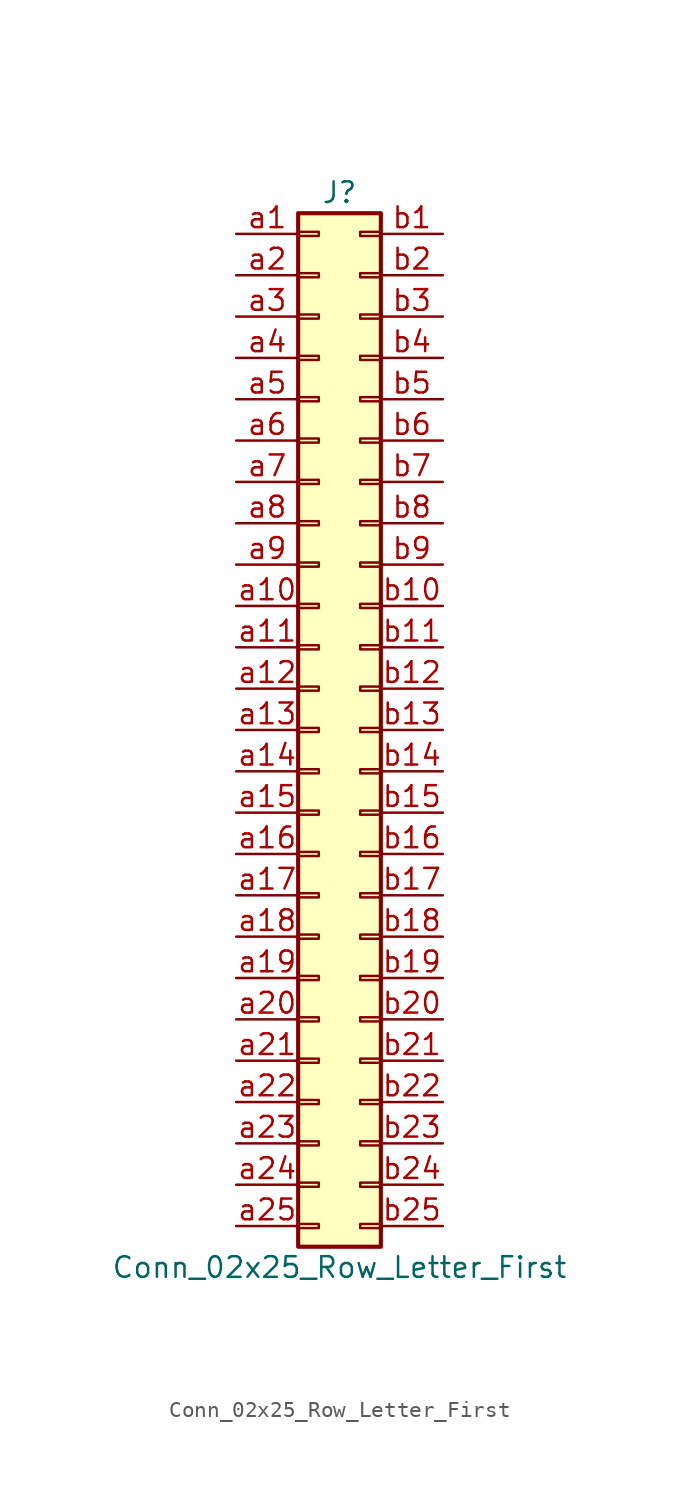
<source format=kicad_sym>
(kicad_symbol_lib
  (version 20220914)
  (generator kicad_symbol_editor)
  (symbol "Conn_02x25_Row_Letter_First"
    (pin_names
      (offset 1.016) hide)
    (property "Reference" "J"
      (at 1.27 33.02 0)
      (effects (font (size 1.27 1.27))))
    (property "Value" "Conn_02x25_Row_Letter_First"
      (at 1.27 -33.02 0)
      (effects (font (size 1.27 1.27))))
    (symbol "Conn_02x25_Row_Letter_First_1_1"
      (rectangle (start -1.27 -30.353) (end 0 -30.607) (stroke (width 0.152) (type solid)) (fill (type none)))
      (rectangle (start -1.27 -27.813) (end 0 -28.067) (stroke (width 0.152) (type solid)) (fill (type none)))
      (rectangle (start -1.27 -25.273) (end 0 -25.527) (stroke (width 0.152) (type solid)) (fill (type none)))
      (rectangle (start -1.27 -22.733) (end 0 -22.987) (stroke (width 0.152) (type solid)) (fill (type none)))
      (rectangle (start -1.27 -20.193) (end 0 -20.447) (stroke (width 0.152) (type solid)) (fill (type none)))
      (rectangle (start -1.27 -17.653) (end 0 -17.907) (stroke (width 0.152) (type solid)) (fill (type none)))
      (rectangle (start -1.27 -15.113) (end 0 -15.367) (stroke (width 0.152) (type solid)) (fill (type none)))
      (rectangle (start -1.27 -12.573) (end 0 -12.827) (stroke (width 0.152) (type solid)) (fill (type none)))
      (rectangle (start -1.27 -10.033) (end 0 -10.287) (stroke (width 0.152) (type solid)) (fill (type none)))
      (rectangle (start -1.27 -7.493) (end 0 -7.747) (stroke (width 0.152) (type solid)) (fill (type none)))
      (rectangle (start -1.27 -4.953) (end 0 -5.207) (stroke (width 0.152) (type solid)) (fill (type none)))
      (rectangle (start -1.27 -2.413) (end 0 -2.667) (stroke (width 0.152) (type solid)) (fill (type none)))
      (rectangle (start -1.27 0.127) (end 0 -0.127) (stroke (width 0.152) (type solid)) (fill (type none)))
      (rectangle (start -1.27 2.667) (end 0 2.413) (stroke (width 0.152) (type solid)) (fill (type none)))
      (rectangle (start -1.27 5.207) (end 0 4.953) (stroke (width 0.152) (type solid)) (fill (type none)))
      (rectangle (start -1.27 7.747) (end 0 7.493) (stroke (width 0.152) (type solid)) (fill (type none)))
      (rectangle (start -1.27 10.287) (end 0 10.033) (stroke (width 0.152) (type solid)) (fill (type none)))
      (rectangle (start -1.27 12.827) (end 0 12.573) (stroke (width 0.152) (type solid)) (fill (type none)))
      (rectangle (start -1.27 15.367) (end 0 15.113) (stroke (width 0.152) (type solid)) (fill (type none)))
      (rectangle (start -1.27 17.907) (end 0 17.653) (stroke (width 0.152) (type solid)) (fill (type none)))
      (rectangle (start -1.27 20.447) (end 0 20.193) (stroke (width 0.152) (type solid)) (fill (type none)))
      (rectangle (start -1.27 22.987) (end 0 22.733) (stroke (width 0.152) (type solid)) (fill (type none)))
      (rectangle (start -1.27 25.527) (end 0 25.273) (stroke (width 0.152) (type solid)) (fill (type none)))
      (rectangle (start -1.27 28.067) (end 0 27.813) (stroke (width 0.152) (type solid)) (fill (type none)))
      (rectangle (start -1.27 30.607) (end 0 30.353) (stroke (width 0.152) (type solid)) (fill (type none)))
      (rectangle (start -1.27 31.75) (end 3.81 -31.75) (stroke (width 0.254) (type solid)) (fill (type background)))
      (rectangle (start 3.81 -30.353) (end 2.54 -30.607) (stroke (width 0.152) (type solid)) (fill (type none)))
      (rectangle (start 3.81 -27.813) (end 2.54 -28.067) (stroke (width 0.152) (type solid)) (fill (type none)))
      (rectangle (start 3.81 -25.273) (end 2.54 -25.527) (stroke (width 0.152) (type solid)) (fill (type none)))
      (rectangle (start 3.81 -22.733) (end 2.54 -22.987) (stroke (width 0.152) (type solid)) (fill (type none)))
      (rectangle (start 3.81 -20.193) (end 2.54 -20.447) (stroke (width 0.152) (type solid)) (fill (type none)))
      (rectangle (start 3.81 -17.653) (end 2.54 -17.907) (stroke (width 0.152) (type solid)) (fill (type none)))
      (rectangle (start 3.81 -15.113) (end 2.54 -15.367) (stroke (width 0.152) (type solid)) (fill (type none)))
      (rectangle (start 3.81 -12.573) (end 2.54 -12.827) (stroke (width 0.152) (type solid)) (fill (type none)))
      (rectangle (start 3.81 -10.033) (end 2.54 -10.287) (stroke (width 0.152) (type solid)) (fill (type none)))
      (rectangle (start 3.81 -7.493) (end 2.54 -7.747) (stroke (width 0.152) (type solid)) (fill (type none)))
      (rectangle (start 3.81 -4.953) (end 2.54 -5.207) (stroke (width 0.152) (type solid)) (fill (type none)))
      (rectangle (start 3.81 -2.413) (end 2.54 -2.667) (stroke (width 0.152) (type solid)) (fill (type none)))
      (rectangle (start 3.81 0.127) (end 2.54 -0.127) (stroke (width 0.152) (type solid)) (fill (type none)))
      (rectangle (start 3.81 2.667) (end 2.54 2.413) (stroke (width 0.152) (type solid)) (fill (type none)))
      (rectangle (start 3.81 5.207) (end 2.54 4.953) (stroke (width 0.152) (type solid)) (fill (type none)))
      (rectangle (start 3.81 7.747) (end 2.54 7.493) (stroke (width 0.152) (type solid)) (fill (type none)))
      (rectangle (start 3.81 10.287) (end 2.54 10.033) (stroke (width 0.152) (type solid)) (fill (type none)))
      (rectangle (start 3.81 12.827) (end 2.54 12.573) (stroke (width 0.152) (type solid)) (fill (type none)))
      (rectangle (start 3.81 15.367) (end 2.54 15.113) (stroke (width 0.152) (type solid)) (fill (type none)))
      (rectangle (start 3.81 17.907) (end 2.54 17.653) (stroke (width 0.152) (type solid)) (fill (type none)))
      (rectangle (start 3.81 20.447) (end 2.54 20.193) (stroke (width 0.152) (type solid)) (fill (type none)))
      (rectangle (start 3.81 22.987) (end 2.54 22.733) (stroke (width 0.152) (type solid)) (fill (type none)))
      (rectangle (start 3.81 25.527) (end 2.54 25.273) (stroke (width 0.152) (type solid)) (fill (type none)))
      (rectangle (start 3.81 28.067) (end 2.54 27.813) (stroke (width 0.152) (type solid)) (fill (type none)))
      (rectangle (start 3.81 30.607) (end 2.54 30.353) (stroke (width 0.152) (type solid)) (fill (type none)))
      (pin passive line (at -5.08 30.48 0) (length 3.81) (name "Pin_a1" (effects (font (size 1.27 1.27)))) (number "a1" (effects (font (size 1.27 1.27)))))
      (pin passive line (at -5.08 7.62 0) (length 3.81) (name "Pin_a10" (effects (font (size 1.27 1.27)))) (number "a10" (effects (font (size 1.27 1.27)))))
      (pin passive line (at -5.08 5.08 0) (length 3.81) (name "Pin_a11" (effects (font (size 1.27 1.27)))) (number "a11" (effects (font (size 1.27 1.27)))))
      (pin passive line (at -5.08 2.54 0) (length 3.81) (name "Pin_a12" (effects (font (size 1.27 1.27)))) (number "a12" (effects (font (size 1.27 1.27)))))
      (pin passive line (at -5.08 0 0) (length 3.81) (name "Pin_a13" (effects (font (size 1.27 1.27)))) (number "a13" (effects (font (size 1.27 1.27)))))
      (pin passive line (at -5.08 -2.54 0) (length 3.81) (name "Pin_a14" (effects (font (size 1.27 1.27)))) (number "a14" (effects (font (size 1.27 1.27)))))
      (pin passive line (at -5.08 -5.08 0) (length 3.81) (name "Pin_a15" (effects (font (size 1.27 1.27)))) (number "a15" (effects (font (size 1.27 1.27)))))
      (pin passive line (at -5.08 -7.62 0) (length 3.81) (name "Pin_a16" (effects (font (size 1.27 1.27)))) (number "a16" (effects (font (size 1.27 1.27)))))
      (pin passive line (at -5.08 -10.16 0) (length 3.81) (name "Pin_a17" (effects (font (size 1.27 1.27)))) (number "a17" (effects (font (size 1.27 1.27)))))
      (pin passive line (at -5.08 -12.7 0) (length 3.81) (name "Pin_a18" (effects (font (size 1.27 1.27)))) (number "a18" (effects (font (size 1.27 1.27)))))
      (pin passive line (at -5.08 -15.24 0) (length 3.81) (name "Pin_a19" (effects (font (size 1.27 1.27)))) (number "a19" (effects (font (size 1.27 1.27)))))
      (pin passive line (at -5.08 27.94 0) (length 3.81) (name "Pin_a2" (effects (font (size 1.27 1.27)))) (number "a2" (effects (font (size 1.27 1.27)))))
      (pin passive line (at -5.08 -17.78 0) (length 3.81) (name "Pin_a20" (effects (font (size 1.27 1.27)))) (number "a20" (effects (font (size 1.27 1.27)))))
      (pin passive line (at -5.08 -20.32 0) (length 3.81) (name "Pin_a21" (effects (font (size 1.27 1.27)))) (number "a21" (effects (font (size 1.27 1.27)))))
      (pin passive line (at -5.08 -22.86 0) (length 3.81) (name "Pin_a22" (effects (font (size 1.27 1.27)))) (number "a22" (effects (font (size 1.27 1.27)))))
      (pin passive line (at -5.08 -25.4 0) (length 3.81) (name "Pin_a23" (effects (font (size 1.27 1.27)))) (number "a23" (effects (font (size 1.27 1.27)))))
      (pin passive line (at -5.08 -27.94 0) (length 3.81) (name "Pin_a24" (effects (font (size 1.27 1.27)))) (number "a24" (effects (font (size 1.27 1.27)))))
      (pin passive line (at -5.08 -30.48 0) (length 3.81) (name "Pin_a25" (effects (font (size 1.27 1.27)))) (number "a25" (effects (font (size 1.27 1.27)))))
      (pin passive line (at -5.08 25.4 0) (length 3.81) (name "Pin_a3" (effects (font (size 1.27 1.27)))) (number "a3" (effects (font (size 1.27 1.27)))))
      (pin passive line (at -5.08 22.86 0) (length 3.81) (name "Pin_a4" (effects (font (size 1.27 1.27)))) (number "a4" (effects (font (size 1.27 1.27)))))
      (pin passive line (at -5.08 20.32 0) (length 3.81) (name "Pin_a5" (effects (font (size 1.27 1.27)))) (number "a5" (effects (font (size 1.27 1.27)))))
      (pin passive line (at -5.08 17.78 0) (length 3.81) (name "Pin_a6" (effects (font (size 1.27 1.27)))) (number "a6" (effects (font (size 1.27 1.27)))))
      (pin passive line (at -5.08 15.24 0) (length 3.81) (name "Pin_a7" (effects (font (size 1.27 1.27)))) (number "a7" (effects (font (size 1.27 1.27)))))
      (pin passive line (at -5.08 12.7 0) (length 3.81) (name "Pin_a8" (effects (font (size 1.27 1.27)))) (number "a8" (effects (font (size 1.27 1.27)))))
      (pin passive line (at -5.08 10.16 0) (length 3.81) (name "Pin_a9" (effects (font (size 1.27 1.27)))) (number "a9" (effects (font (size 1.27 1.27)))))
      (pin passive line (at 7.62 30.48 180) (length 3.81) (name "Pin_b1" (effects (font (size 1.27 1.27)))) (number "b1" (effects (font (size 1.27 1.27)))))
      (pin passive line (at 7.62 7.62 180) (length 3.81) (name "Pin_b10" (effects (font (size 1.27 1.27)))) (number "b10" (effects (font (size 1.27 1.27)))))
      (pin passive line (at 7.62 5.08 180) (length 3.81) (name "Pin_b11" (effects (font (size 1.27 1.27)))) (number "b11" (effects (font (size 1.27 1.27)))))
      (pin passive line (at 7.62 2.54 180) (length 3.81) (name "Pin_b12" (effects (font (size 1.27 1.27)))) (number "b12" (effects (font (size 1.27 1.27)))))
      (pin passive line (at 7.62 0 180) (length 3.81) (name "Pin_b13" (effects (font (size 1.27 1.27)))) (number "b13" (effects (font (size 1.27 1.27)))))
      (pin passive line (at 7.62 -2.54 180) (length 3.81) (name "Pin_b14" (effects (font (size 1.27 1.27)))) (number "b14" (effects (font (size 1.27 1.27)))))
      (pin passive line (at 7.62 -5.08 180) (length 3.81) (name "Pin_b15" (effects (font (size 1.27 1.27)))) (number "b15" (effects (font (size 1.27 1.27)))))
      (pin passive line (at 7.62 -7.62 180) (length 3.81) (name "Pin_b16" (effects (font (size 1.27 1.27)))) (number "b16" (effects (font (size 1.27 1.27)))))
      (pin passive line (at 7.62 -10.16 180) (length 3.81) (name "Pin_b17" (effects (font (size 1.27 1.27)))) (number "b17" (effects (font (size 1.27 1.27)))))
      (pin passive line (at 7.62 -12.7 180) (length 3.81) (name "Pin_b18" (effects (font (size 1.27 1.27)))) (number "b18" (effects (font (size 1.27 1.27)))))
      (pin passive line (at 7.62 -15.24 180) (length 3.81) (name "Pin_b19" (effects (font (size 1.27 1.27)))) (number "b19" (effects (font (size 1.27 1.27)))))
      (pin passive line (at 7.62 27.94 180) (length 3.81) (name "Pin_b2" (effects (font (size 1.27 1.27)))) (number "b2" (effects (font (size 1.27 1.27)))))
      (pin passive line (at 7.62 -17.78 180) (length 3.81) (name "Pin_b20" (effects (font (size 1.27 1.27)))) (number "b20" (effects (font (size 1.27 1.27)))))
      (pin passive line (at 7.62 -20.32 180) (length 3.81) (name "Pin_b21" (effects (font (size 1.27 1.27)))) (number "b21" (effects (font (size 1.27 1.27)))))
      (pin passive line (at 7.62 -22.86 180) (length 3.81) (name "Pin_b22" (effects (font (size 1.27 1.27)))) (number "b22" (effects (font (size 1.27 1.27)))))
      (pin passive line (at 7.62 -25.4 180) (length 3.81) (name "Pin_b23" (effects (font (size 1.27 1.27)))) (number "b23" (effects (font (size 1.27 1.27)))))
      (pin passive line (at 7.62 -27.94 180) (length 3.81) (name "Pin_b24" (effects (font (size 1.27 1.27)))) (number "b24" (effects (font (size 1.27 1.27)))))
      (pin passive line (at 7.62 -30.48 180) (length 3.81) (name "Pin_b25" (effects (font (size 1.27 1.27)))) (number "b25" (effects (font (size 1.27 1.27)))))
      (pin passive line (at 7.62 25.4 180) (length 3.81) (name "Pin_b3" (effects (font (size 1.27 1.27)))) (number "b3" (effects (font (size 1.27 1.27)))))
      (pin passive line (at 7.62 22.86 180) (length 3.81) (name "Pin_b4" (effects (font (size 1.27 1.27)))) (number "b4" (effects (font (size 1.27 1.27)))))
      (pin passive line (at 7.62 20.32 180) (length 3.81) (name "Pin_b5" (effects (font (size 1.27 1.27)))) (number "b5" (effects (font (size 1.27 1.27)))))
      (pin passive line (at 7.62 17.78 180) (length 3.81) (name "Pin_b6" (effects (font (size 1.27 1.27)))) (number "b6" (effects (font (size 1.27 1.27)))))
      (pin passive line (at 7.62 15.24 180) (length 3.81) (name "Pin_b7" (effects (font (size 1.27 1.27)))) (number "b7" (effects (font (size 1.27 1.27)))))
      (pin passive line (at 7.62 12.7 180) (length 3.81) (name "Pin_b8" (effects (font (size 1.27 1.27)))) (number "b8" (effects (font (size 1.27 1.27)))))
      (pin passive line (at 7.62 10.16 180) (length 3.81) (name "Pin_b9" (effects (font (size 1.27 1.27)))) (number "b9" (effects (font (size 1.27 1.27))))))))
</source>
